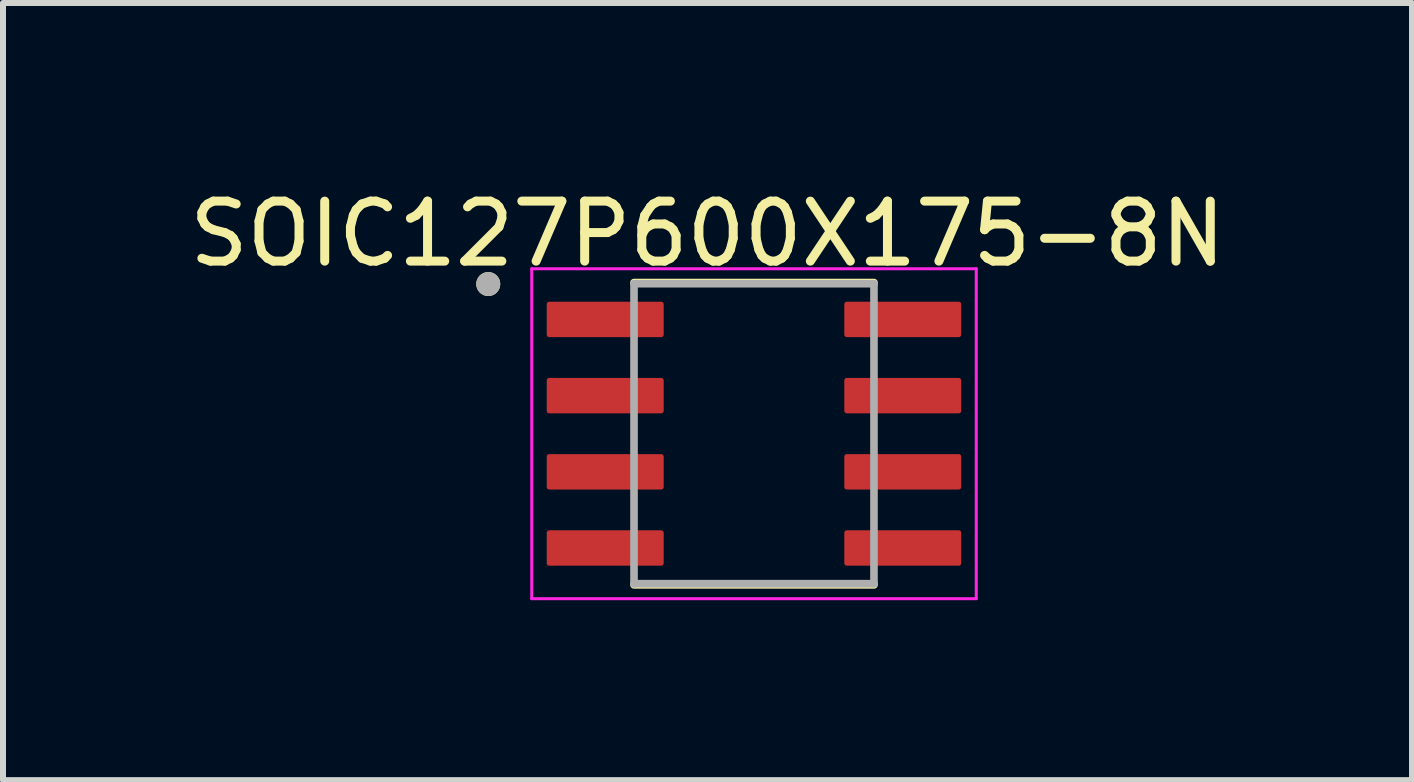
<source format=kicad_pcb>
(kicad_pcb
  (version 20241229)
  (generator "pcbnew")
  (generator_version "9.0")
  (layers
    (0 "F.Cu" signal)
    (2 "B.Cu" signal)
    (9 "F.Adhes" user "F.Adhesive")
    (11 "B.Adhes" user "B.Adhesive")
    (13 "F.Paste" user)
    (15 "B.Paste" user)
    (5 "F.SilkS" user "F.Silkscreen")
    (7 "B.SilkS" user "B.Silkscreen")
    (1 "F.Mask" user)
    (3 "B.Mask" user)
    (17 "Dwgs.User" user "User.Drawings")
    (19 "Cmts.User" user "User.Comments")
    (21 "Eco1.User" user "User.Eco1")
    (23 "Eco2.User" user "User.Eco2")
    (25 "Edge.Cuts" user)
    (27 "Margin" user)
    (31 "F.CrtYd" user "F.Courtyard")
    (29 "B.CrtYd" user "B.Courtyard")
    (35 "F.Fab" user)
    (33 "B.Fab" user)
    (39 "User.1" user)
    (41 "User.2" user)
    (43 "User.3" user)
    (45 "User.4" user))
  (footprint "SOIC127P600X175-8N"
    (layer "F.Cu")
    (at 9.519 4.18)
    (property "Reference" "SOIC127P600X175-8N" (at -0.775 -3.332 0) (layer "F.SilkS") (effects (font (size 1 1) (thickness 0.15))))
    (attr through_hole)
    (fp_line (start -2 -2.52) (end 2 -2.52) (stroke (width 0.127) (type solid)) (layer "F.SilkS"))
    (fp_line (start -2 2.52) (end 2 2.52) (stroke (width 0.127) (type solid)) (layer "F.SilkS"))
    (fp_circle (center -4.43 -2.495) (end -4.33 -2.495) (stroke (width 0.2) (type solid)) (fill no) (layer "F.SilkS"))
    (fp_line (start -3.705 -2.75) (end -3.705 2.75) (stroke (width 0.05) (type solid)) (layer "F.CrtYd"))
    (fp_line (start -3.705 -2.75) (end 3.705 -2.75) (stroke (width 0.05) (type solid)) (layer "F.CrtYd"))
    (fp_line (start -3.705 2.75) (end 3.705 2.75) (stroke (width 0.05) (type solid)) (layer "F.CrtYd"))
    (fp_line (start 3.705 -2.75) (end 3.705 2.75) (stroke (width 0.05) (type solid)) (layer "F.CrtYd"))
    (fp_line (start -2 -2.5) (end -2 2.5) (stroke (width 0.127) (type solid)) (layer "F.Fab"))
    (fp_line (start -2 -2.5) (end 2 -2.5) (stroke (width 0.127) (type solid)) (layer "F.Fab"))
    (fp_line (start -2 2.5) (end 2 2.5) (stroke (width 0.127) (type solid)) (layer "F.Fab"))
    (fp_line (start 2 -2.5) (end 2 2.5) (stroke (width 0.127) (type solid)) (layer "F.Fab"))
    (fp_circle (center -4.43 -2.495) (end -4.33 -2.495) (stroke (width 0.2) (type solid)) (fill no) (layer "F.Fab"))
    (pad "1" smd roundrect (at -2.48 -1.905) (size 1.95 0.59) (layers "F.Cu" "F.Mask" "F.Paste") (roundrect_rratio 0.07))
    (pad "2" smd roundrect (at -2.48 -0.635) (size 1.95 0.59) (layers "F.Cu" "F.Mask" "F.Paste") (roundrect_rratio 0.07))
    (pad "3" smd roundrect (at -2.48 0.635) (size 1.95 0.59) (layers "F.Cu" "F.Mask" "F.Paste") (roundrect_rratio 0.07))
    (pad "4" smd roundrect (at -2.48 1.905) (size 1.95 0.59) (layers "F.Cu" "F.Mask" "F.Paste") (roundrect_rratio 0.07))
    (pad "5" smd roundrect (at 2.48 1.905) (size 1.95 0.59) (layers "F.Cu" "F.Mask" "F.Paste") (roundrect_rratio 0.07))
    (pad "6" smd roundrect (at 2.48 0.635) (size 1.95 0.59) (layers "F.Cu" "F.Mask" "F.Paste") (roundrect_rratio 0.07))
    (pad "7" smd roundrect (at 2.48 -0.635) (size 1.95 0.59) (layers "F.Cu" "F.Mask" "F.Paste") (roundrect_rratio 0.07))
    (pad "8" smd roundrect (at 2.48 -1.905) (size 1.95 0.59) (layers "F.Cu" "F.Mask" "F.Paste") (roundrect_rratio 0.07)))
  (gr_rect
    (start -3 -3)
    (end 20.488 9.955)
    (stroke (width 0.1) (type default))
    (fill no)
    (layer "Edge.Cuts")))
</source>
